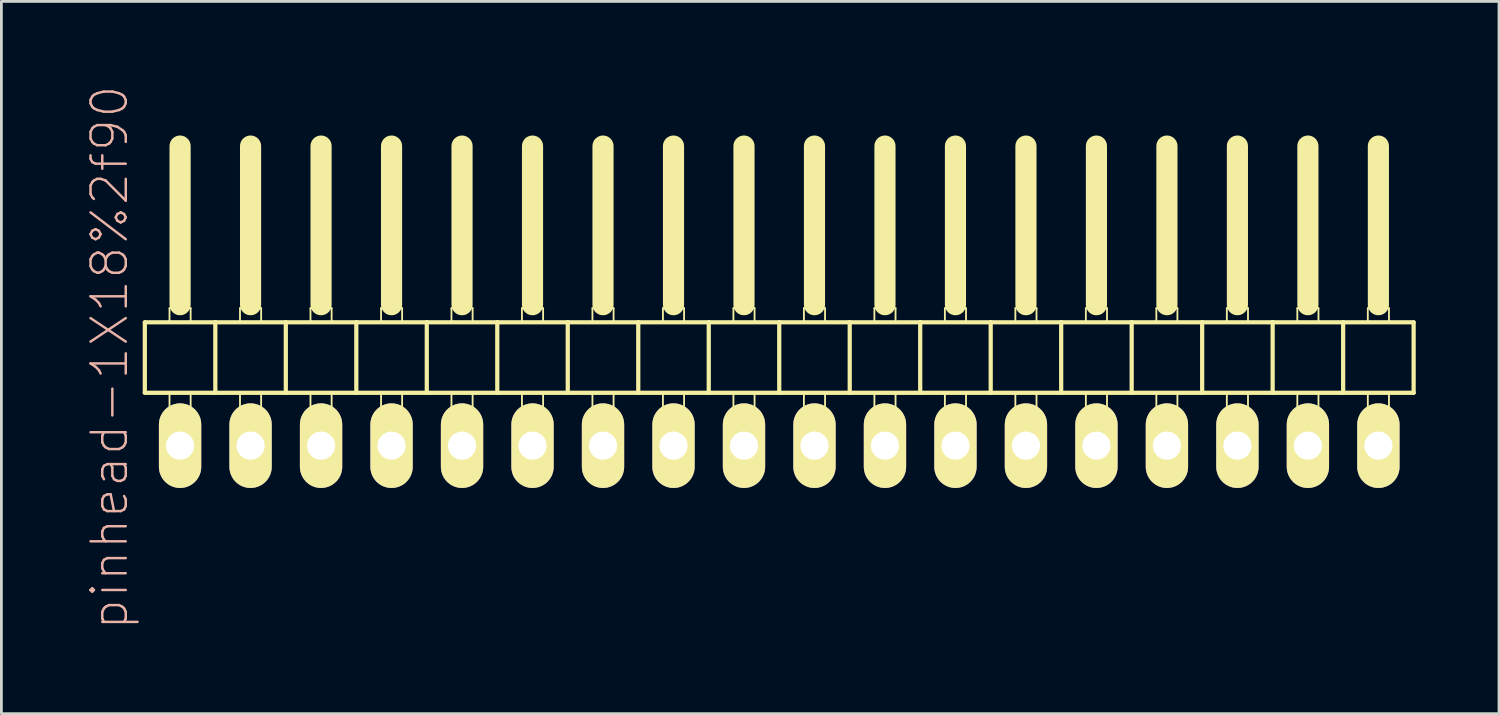
<source format=kicad_pcb>
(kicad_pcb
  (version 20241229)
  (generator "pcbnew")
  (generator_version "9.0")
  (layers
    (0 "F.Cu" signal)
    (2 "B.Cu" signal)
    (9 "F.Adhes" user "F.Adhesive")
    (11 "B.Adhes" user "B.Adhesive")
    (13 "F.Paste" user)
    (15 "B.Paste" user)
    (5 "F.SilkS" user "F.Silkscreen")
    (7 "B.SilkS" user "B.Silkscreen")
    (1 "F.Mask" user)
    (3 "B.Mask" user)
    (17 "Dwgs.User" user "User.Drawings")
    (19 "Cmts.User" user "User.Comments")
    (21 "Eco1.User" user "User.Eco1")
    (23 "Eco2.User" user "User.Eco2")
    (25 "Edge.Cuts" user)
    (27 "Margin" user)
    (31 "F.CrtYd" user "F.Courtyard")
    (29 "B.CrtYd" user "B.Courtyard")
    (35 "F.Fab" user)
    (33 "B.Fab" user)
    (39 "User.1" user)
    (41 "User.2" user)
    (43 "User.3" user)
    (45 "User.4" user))
  (footprint "pinhead-1X18%2f90"
    (layer "F.Cu")
    (at 25.029 9.199)
    (property "Reference" "pinhead-1X18%2f90" (at -24.13 0.635 90) (layer "B.SilkS") (effects (font (size 1.27 1.27) (thickness 0.089))))
    (attr exclude_from_pos_files exclude_from_bom)
    (fp_line (start -22.86 -0.635) (end -22.86 1.905) (stroke (width 0.152) (type solid)) (layer "F.SilkS"))
    (fp_line (start -22.86 1.905) (end -20.32 1.905) (stroke (width 0.152) (type solid)) (layer "F.SilkS"))
    (fp_line (start -21.971 -1.143) (end -21.209 -1.143) (stroke (width 0.066) (type solid)) (layer "F.SilkS"))
    (fp_line (start -21.971 -0.635) (end -21.971 -1.143) (stroke (width 0.066) (type solid)) (layer "F.SilkS"))
    (fp_line (start -21.971 -0.635) (end -21.209 -0.635) (stroke (width 0.066) (type solid)) (layer "F.SilkS"))
    (fp_line (start -21.971 1.905) (end -21.209 1.905) (stroke (width 0.066) (type solid)) (layer "F.SilkS"))
    (fp_line (start -21.971 2.921) (end -21.971 1.905) (stroke (width 0.066) (type solid)) (layer "F.SilkS"))
    (fp_line (start -21.971 2.921) (end -21.209 2.921) (stroke (width 0.066) (type solid)) (layer "F.SilkS"))
    (fp_line (start -21.59 -6.985) (end -21.59 -1.27) (stroke (width 0.762) (type solid)) (layer "F.SilkS"))
    (fp_line (start -21.209 -0.635) (end -21.209 -1.143) (stroke (width 0.066) (type solid)) (layer "F.SilkS"))
    (fp_line (start -21.209 2.921) (end -21.209 1.905) (stroke (width 0.066) (type solid)) (layer "F.SilkS"))
    (fp_line (start -20.32 -0.635) (end -22.86 -0.635) (stroke (width 0.152) (type solid)) (layer "F.SilkS"))
    (fp_line (start -20.32 1.905) (end -20.32 -0.635) (stroke (width 0.152) (type solid)) (layer "F.SilkS"))
    (fp_line (start -20.32 1.905) (end -17.78 1.905) (stroke (width 0.152) (type solid)) (layer "F.SilkS"))
    (fp_line (start -19.431 -1.143) (end -18.669 -1.143) (stroke (width 0.066) (type solid)) (layer "F.SilkS"))
    (fp_line (start -19.431 -0.635) (end -19.431 -1.143) (stroke (width 0.066) (type solid)) (layer "F.SilkS"))
    (fp_line (start -19.431 -0.635) (end -18.669 -0.635) (stroke (width 0.066) (type solid)) (layer "F.SilkS"))
    (fp_line (start -19.431 1.905) (end -18.669 1.905) (stroke (width 0.066) (type solid)) (layer "F.SilkS"))
    (fp_line (start -19.431 2.921) (end -19.431 1.905) (stroke (width 0.066) (type solid)) (layer "F.SilkS"))
    (fp_line (start -19.431 2.921) (end -18.669 2.921) (stroke (width 0.066) (type solid)) (layer "F.SilkS"))
    (fp_line (start -19.05 -6.985) (end -19.05 -1.27) (stroke (width 0.762) (type solid)) (layer "F.SilkS"))
    (fp_line (start -18.669 -0.635) (end -18.669 -1.143) (stroke (width 0.066) (type solid)) (layer "F.SilkS"))
    (fp_line (start -18.669 2.921) (end -18.669 1.905) (stroke (width 0.066) (type solid)) (layer "F.SilkS"))
    (fp_line (start -17.78 -0.635) (end -20.32 -0.635) (stroke (width 0.152) (type solid)) (layer "F.SilkS"))
    (fp_line (start -17.78 1.905) (end -17.78 -0.635) (stroke (width 0.152) (type solid)) (layer "F.SilkS"))
    (fp_line (start -17.78 1.905) (end -15.24 1.905) (stroke (width 0.152) (type solid)) (layer "F.SilkS"))
    (fp_line (start -16.891 -1.143) (end -16.129 -1.143) (stroke (width 0.066) (type solid)) (layer "F.SilkS"))
    (fp_line (start -16.891 -0.635) (end -16.891 -1.143) (stroke (width 0.066) (type solid)) (layer "F.SilkS"))
    (fp_line (start -16.891 -0.635) (end -16.129 -0.635) (stroke (width 0.066) (type solid)) (layer "F.SilkS"))
    (fp_line (start -16.891 1.905) (end -16.129 1.905) (stroke (width 0.066) (type solid)) (layer "F.SilkS"))
    (fp_line (start -16.891 2.921) (end -16.891 1.905) (stroke (width 0.066) (type solid)) (layer "F.SilkS"))
    (fp_line (start -16.891 2.921) (end -16.129 2.921) (stroke (width 0.066) (type solid)) (layer "F.SilkS"))
    (fp_line (start -16.51 -6.985) (end -16.51 -1.27) (stroke (width 0.762) (type solid)) (layer "F.SilkS"))
    (fp_line (start -16.129 -0.635) (end -16.129 -1.143) (stroke (width 0.066) (type solid)) (layer "F.SilkS"))
    (fp_line (start -16.129 2.921) (end -16.129 1.905) (stroke (width 0.066) (type solid)) (layer "F.SilkS"))
    (fp_line (start -15.24 -0.635) (end -17.78 -0.635) (stroke (width 0.152) (type solid)) (layer "F.SilkS"))
    (fp_line (start -15.24 1.905) (end -15.24 -0.635) (stroke (width 0.152) (type solid)) (layer "F.SilkS"))
    (fp_line (start -15.24 1.905) (end -12.7 1.905) (stroke (width 0.152) (type solid)) (layer "F.SilkS"))
    (fp_line (start -14.348 -1.143) (end -13.589 -1.143) (stroke (width 0.066) (type solid)) (layer "F.SilkS"))
    (fp_line (start -14.348 -0.635) (end -14.348 -1.143) (stroke (width 0.066) (type solid)) (layer "F.SilkS"))
    (fp_line (start -14.348 -0.635) (end -13.589 -0.635) (stroke (width 0.066) (type solid)) (layer "F.SilkS"))
    (fp_line (start -14.348 1.905) (end -13.589 1.905) (stroke (width 0.066) (type solid)) (layer "F.SilkS"))
    (fp_line (start -14.348 2.921) (end -14.348 1.905) (stroke (width 0.066) (type solid)) (layer "F.SilkS"))
    (fp_line (start -14.348 2.921) (end -13.589 2.921) (stroke (width 0.066) (type solid)) (layer "F.SilkS"))
    (fp_line (start -13.97 -6.985) (end -13.97 -1.27) (stroke (width 0.762) (type solid)) (layer "F.SilkS"))
    (fp_line (start -13.589 -0.635) (end -13.589 -1.143) (stroke (width 0.066) (type solid)) (layer "F.SilkS"))
    (fp_line (start -13.589 2.921) (end -13.589 1.905) (stroke (width 0.066) (type solid)) (layer "F.SilkS"))
    (fp_line (start -12.7 -0.635) (end -15.24 -0.635) (stroke (width 0.152) (type solid)) (layer "F.SilkS"))
    (fp_line (start -12.7 1.905) (end -12.7 -0.635) (stroke (width 0.152) (type solid)) (layer "F.SilkS"))
    (fp_line (start -12.7 1.905) (end -10.16 1.905) (stroke (width 0.152) (type solid)) (layer "F.SilkS"))
    (fp_line (start -11.811 -1.143) (end -11.049 -1.143) (stroke (width 0.066) (type solid)) (layer "F.SilkS"))
    (fp_line (start -11.811 -0.635) (end -11.811 -1.143) (stroke (width 0.066) (type solid)) (layer "F.SilkS"))
    (fp_line (start -11.811 -0.635) (end -11.049 -0.635) (stroke (width 0.066) (type solid)) (layer "F.SilkS"))
    (fp_line (start -11.811 1.905) (end -11.049 1.905) (stroke (width 0.066) (type solid)) (layer "F.SilkS"))
    (fp_line (start -11.811 2.921) (end -11.811 1.905) (stroke (width 0.066) (type solid)) (layer "F.SilkS"))
    (fp_line (start -11.811 2.921) (end -11.049 2.921) (stroke (width 0.066) (type solid)) (layer "F.SilkS"))
    (fp_line (start -11.43 -6.985) (end -11.43 -1.27) (stroke (width 0.762) (type solid)) (layer "F.SilkS"))
    (fp_line (start -11.049 -0.635) (end -11.049 -1.143) (stroke (width 0.066) (type solid)) (layer "F.SilkS"))
    (fp_line (start -11.049 2.921) (end -11.049 1.905) (stroke (width 0.066) (type solid)) (layer "F.SilkS"))
    (fp_line (start -10.16 -0.635) (end -12.7 -0.635) (stroke (width 0.152) (type solid)) (layer "F.SilkS"))
    (fp_line (start -10.16 1.905) (end -10.16 -0.635) (stroke (width 0.152) (type solid)) (layer "F.SilkS"))
    (fp_line (start -10.16 1.905) (end -7.62 1.905) (stroke (width 0.152) (type solid)) (layer "F.SilkS"))
    (fp_line (start -9.271 -1.143) (end -8.509 -1.143) (stroke (width 0.066) (type solid)) (layer "F.SilkS"))
    (fp_line (start -9.271 -0.635) (end -9.271 -1.143) (stroke (width 0.066) (type solid)) (layer "F.SilkS"))
    (fp_line (start -9.271 -0.635) (end -8.509 -0.635) (stroke (width 0.066) (type solid)) (layer "F.SilkS"))
    (fp_line (start -9.271 1.905) (end -8.509 1.905) (stroke (width 0.066) (type solid)) (layer "F.SilkS"))
    (fp_line (start -9.271 2.921) (end -9.271 1.905) (stroke (width 0.066) (type solid)) (layer "F.SilkS"))
    (fp_line (start -9.271 2.921) (end -8.509 2.921) (stroke (width 0.066) (type solid)) (layer "F.SilkS"))
    (fp_line (start -8.89 -6.985) (end -8.89 -1.27) (stroke (width 0.762) (type solid)) (layer "F.SilkS"))
    (fp_line (start -8.509 -0.635) (end -8.509 -1.143) (stroke (width 0.066) (type solid)) (layer "F.SilkS"))
    (fp_line (start -8.509 2.921) (end -8.509 1.905) (stroke (width 0.066) (type solid)) (layer "F.SilkS"))
    (fp_line (start -7.62 -0.635) (end -10.16 -0.635) (stroke (width 0.152) (type solid)) (layer "F.SilkS"))
    (fp_line (start -7.62 1.905) (end -7.62 -0.635) (stroke (width 0.152) (type solid)) (layer "F.SilkS"))
    (fp_line (start -7.62 1.905) (end -5.08 1.905) (stroke (width 0.152) (type solid)) (layer "F.SilkS"))
    (fp_line (start -6.731 -1.143) (end -5.969 -1.143) (stroke (width 0.066) (type solid)) (layer "F.SilkS"))
    (fp_line (start -6.731 -0.635) (end -6.731 -1.143) (stroke (width 0.066) (type solid)) (layer "F.SilkS"))
    (fp_line (start -6.731 -0.635) (end -5.969 -0.635) (stroke (width 0.066) (type solid)) (layer "F.SilkS"))
    (fp_line (start -6.731 1.905) (end -5.969 1.905) (stroke (width 0.066) (type solid)) (layer "F.SilkS"))
    (fp_line (start -6.731 2.921) (end -6.731 1.905) (stroke (width 0.066) (type solid)) (layer "F.SilkS"))
    (fp_line (start -6.731 2.921) (end -5.969 2.921) (stroke (width 0.066) (type solid)) (layer "F.SilkS"))
    (fp_line (start -6.35 -6.985) (end -6.35 -1.27) (stroke (width 0.762) (type solid)) (layer "F.SilkS"))
    (fp_line (start -5.969 -0.635) (end -5.969 -1.143) (stroke (width 0.066) (type solid)) (layer "F.SilkS"))
    (fp_line (start -5.969 2.921) (end -5.969 1.905) (stroke (width 0.066) (type solid)) (layer "F.SilkS"))
    (fp_line (start -5.08 -0.635) (end -7.62 -0.635) (stroke (width 0.152) (type solid)) (layer "F.SilkS"))
    (fp_line (start -5.08 1.905) (end -5.08 -0.635) (stroke (width 0.152) (type solid)) (layer "F.SilkS"))
    (fp_line (start -5.08 1.905) (end -2.54 1.905) (stroke (width 0.152) (type solid)) (layer "F.SilkS"))
    (fp_line (start -4.191 -1.143) (end -3.429 -1.143) (stroke (width 0.066) (type solid)) (layer "F.SilkS"))
    (fp_line (start -4.191 -0.635) (end -4.191 -1.143) (stroke (width 0.066) (type solid)) (layer "F.SilkS"))
    (fp_line (start -4.191 -0.635) (end -3.429 -0.635) (stroke (width 0.066) (type solid)) (layer "F.SilkS"))
    (fp_line (start -4.191 1.905) (end -3.429 1.905) (stroke (width 0.066) (type solid)) (layer "F.SilkS"))
    (fp_line (start -4.191 2.921) (end -4.191 1.905) (stroke (width 0.066) (type solid)) (layer "F.SilkS"))
    (fp_line (start -4.191 2.921) (end -3.429 2.921) (stroke (width 0.066) (type solid)) (layer "F.SilkS"))
    (fp_line (start -3.81 -6.985) (end -3.81 -1.27) (stroke (width 0.762) (type solid)) (layer "F.SilkS"))
    (fp_line (start -3.429 -0.635) (end -3.429 -1.143) (stroke (width 0.066) (type solid)) (layer "F.SilkS"))
    (fp_line (start -3.429 2.921) (end -3.429 1.905) (stroke (width 0.066) (type solid)) (layer "F.SilkS"))
    (fp_line (start -2.54 -0.635) (end -5.08 -0.635) (stroke (width 0.152) (type solid)) (layer "F.SilkS"))
    (fp_line (start -2.54 1.905) (end -2.54 -0.635) (stroke (width 0.152) (type solid)) (layer "F.SilkS"))
    (fp_line (start -2.54 1.905) (end 0 1.905) (stroke (width 0.152) (type solid)) (layer "F.SilkS"))
    (fp_line (start -1.651 -1.143) (end -0.889 -1.143) (stroke (width 0.066) (type solid)) (layer "F.SilkS"))
    (fp_line (start -1.651 -0.635) (end -1.651 -1.143) (stroke (width 0.066) (type solid)) (layer "F.SilkS"))
    (fp_line (start -1.651 -0.635) (end -0.889 -0.635) (stroke (width 0.066) (type solid)) (layer "F.SilkS"))
    (fp_line (start -1.651 1.905) (end -0.889 1.905) (stroke (width 0.066) (type solid)) (layer "F.SilkS"))
    (fp_line (start -1.651 2.921) (end -1.651 1.905) (stroke (width 0.066) (type solid)) (layer "F.SilkS"))
    (fp_line (start -1.651 2.921) (end -0.889 2.921) (stroke (width 0.066) (type solid)) (layer "F.SilkS"))
    (fp_line (start -1.27 -6.985) (end -1.27 -1.27) (stroke (width 0.762) (type solid)) (layer "F.SilkS"))
    (fp_line (start -0.889 -0.635) (end -0.889 -1.143) (stroke (width 0.066) (type solid)) (layer "F.SilkS"))
    (fp_line (start -0.889 2.921) (end -0.889 1.905) (stroke (width 0.066) (type solid)) (layer "F.SilkS"))
    (fp_line (start 0 -0.635) (end -2.54 -0.635) (stroke (width 0.152) (type solid)) (layer "F.SilkS"))
    (fp_line (start 0 1.905) (end 0 -0.635) (stroke (width 0.152) (type solid)) (layer "F.SilkS"))
    (fp_line (start 0 1.905) (end 2.54 1.905) (stroke (width 0.152) (type solid)) (layer "F.SilkS"))
    (fp_line (start 0.889 -1.143) (end 1.651 -1.143) (stroke (width 0.066) (type solid)) (layer "F.SilkS"))
    (fp_line (start 0.889 -0.635) (end 0.889 -1.143) (stroke (width 0.066) (type solid)) (layer "F.SilkS"))
    (fp_line (start 0.889 -0.635) (end 1.651 -0.635) (stroke (width 0.066) (type solid)) (layer "F.SilkS"))
    (fp_line (start 0.889 1.905) (end 1.651 1.905) (stroke (width 0.066) (type solid)) (layer "F.SilkS"))
    (fp_line (start 0.889 2.921) (end 0.889 1.905) (stroke (width 0.066) (type solid)) (layer "F.SilkS"))
    (fp_line (start 0.889 2.921) (end 1.651 2.921) (stroke (width 0.066) (type solid)) (layer "F.SilkS"))
    (fp_line (start 1.27 -6.985) (end 1.27 -1.27) (stroke (width 0.762) (type solid)) (layer "F.SilkS"))
    (fp_line (start 1.651 -0.635) (end 1.651 -1.143) (stroke (width 0.066) (type solid)) (layer "F.SilkS"))
    (fp_line (start 1.651 2.921) (end 1.651 1.905) (stroke (width 0.066) (type solid)) (layer "F.SilkS"))
    (fp_line (start 2.54 -0.635) (end 0 -0.635) (stroke (width 0.152) (type solid)) (layer "F.SilkS"))
    (fp_line (start 2.54 1.905) (end 2.54 -0.635) (stroke (width 0.152) (type solid)) (layer "F.SilkS"))
    (fp_line (start 2.54 1.905) (end 5.08 1.905) (stroke (width 0.152) (type solid)) (layer "F.SilkS"))
    (fp_line (start 3.429 -1.143) (end 4.191 -1.143) (stroke (width 0.066) (type solid)) (layer "F.SilkS"))
    (fp_line (start 3.429 -0.635) (end 3.429 -1.143) (stroke (width 0.066) (type solid)) (layer "F.SilkS"))
    (fp_line (start 3.429 -0.635) (end 4.191 -0.635) (stroke (width 0.066) (type solid)) (layer "F.SilkS"))
    (fp_line (start 3.429 1.905) (end 4.191 1.905) (stroke (width 0.066) (type solid)) (layer "F.SilkS"))
    (fp_line (start 3.429 2.921) (end 3.429 1.905) (stroke (width 0.066) (type solid)) (layer "F.SilkS"))
    (fp_line (start 3.429 2.921) (end 4.191 2.921) (stroke (width 0.066) (type solid)) (layer "F.SilkS"))
    (fp_line (start 3.81 -6.985) (end 3.81 -1.27) (stroke (width 0.762) (type solid)) (layer "F.SilkS"))
    (fp_line (start 4.191 -0.635) (end 4.191 -1.143) (stroke (width 0.066) (type solid)) (layer "F.SilkS"))
    (fp_line (start 4.191 2.921) (end 4.191 1.905) (stroke (width 0.066) (type solid)) (layer "F.SilkS"))
    (fp_line (start 5.08 -0.635) (end 2.54 -0.635) (stroke (width 0.152) (type solid)) (layer "F.SilkS"))
    (fp_line (start 5.08 1.905) (end 5.08 -0.635) (stroke (width 0.152) (type solid)) (layer "F.SilkS"))
    (fp_line (start 5.08 1.905) (end 7.62 1.905) (stroke (width 0.152) (type solid)) (layer "F.SilkS"))
    (fp_line (start 5.969 -1.143) (end 6.731 -1.143) (stroke (width 0.066) (type solid)) (layer "F.SilkS"))
    (fp_line (start 5.969 -0.635) (end 5.969 -1.143) (stroke (width 0.066) (type solid)) (layer "F.SilkS"))
    (fp_line (start 5.969 -0.635) (end 6.731 -0.635) (stroke (width 0.066) (type solid)) (layer "F.SilkS"))
    (fp_line (start 5.969 1.905) (end 6.731 1.905) (stroke (width 0.066) (type solid)) (layer "F.SilkS"))
    (fp_line (start 5.969 2.921) (end 5.969 1.905) (stroke (width 0.066) (type solid)) (layer "F.SilkS"))
    (fp_line (start 5.969 2.921) (end 6.731 2.921) (stroke (width 0.066) (type solid)) (layer "F.SilkS"))
    (fp_line (start 6.35 -6.985) (end 6.35 -1.27) (stroke (width 0.762) (type solid)) (layer "F.SilkS"))
    (fp_line (start 6.731 -0.635) (end 6.731 -1.143) (stroke (width 0.066) (type solid)) (layer "F.SilkS"))
    (fp_line (start 6.731 2.921) (end 6.731 1.905) (stroke (width 0.066) (type solid)) (layer "F.SilkS"))
    (fp_line (start 7.62 -0.635) (end 5.08 -0.635) (stroke (width 0.152) (type solid)) (layer "F.SilkS"))
    (fp_line (start 7.62 1.905) (end 7.62 -0.635) (stroke (width 0.152) (type solid)) (layer "F.SilkS"))
    (fp_line (start 7.62 1.905) (end 10.16 1.905) (stroke (width 0.152) (type solid)) (layer "F.SilkS"))
    (fp_line (start 8.509 -1.143) (end 9.271 -1.143) (stroke (width 0.066) (type solid)) (layer "F.SilkS"))
    (fp_line (start 8.509 -0.635) (end 8.509 -1.143) (stroke (width 0.066) (type solid)) (layer "F.SilkS"))
    (fp_line (start 8.509 -0.635) (end 9.271 -0.635) (stroke (width 0.066) (type solid)) (layer "F.SilkS"))
    (fp_line (start 8.509 1.905) (end 9.271 1.905) (stroke (width 0.066) (type solid)) (layer "F.SilkS"))
    (fp_line (start 8.509 2.921) (end 8.509 1.905) (stroke (width 0.066) (type solid)) (layer "F.SilkS"))
    (fp_line (start 8.509 2.921) (end 9.271 2.921) (stroke (width 0.066) (type solid)) (layer "F.SilkS"))
    (fp_line (start 8.89 -6.985) (end 8.89 -1.27) (stroke (width 0.762) (type solid)) (layer "F.SilkS"))
    (fp_line (start 9.271 -0.635) (end 9.271 -1.143) (stroke (width 0.066) (type solid)) (layer "F.SilkS"))
    (fp_line (start 9.271 2.921) (end 9.271 1.905) (stroke (width 0.066) (type solid)) (layer "F.SilkS"))
    (fp_line (start 10.16 -0.635) (end 7.62 -0.635) (stroke (width 0.152) (type solid)) (layer "F.SilkS"))
    (fp_line (start 10.16 1.905) (end 10.16 -0.635) (stroke (width 0.152) (type solid)) (layer "F.SilkS"))
    (fp_line (start 10.16 1.905) (end 12.7 1.905) (stroke (width 0.152) (type solid)) (layer "F.SilkS"))
    (fp_line (start 11.049 -1.143) (end 11.811 -1.143) (stroke (width 0.066) (type solid)) (layer "F.SilkS"))
    (fp_line (start 11.049 -0.635) (end 11.049 -1.143) (stroke (width 0.066) (type solid)) (layer "F.SilkS"))
    (fp_line (start 11.049 -0.635) (end 11.811 -0.635) (stroke (width 0.066) (type solid)) (layer "F.SilkS"))
    (fp_line (start 11.049 1.905) (end 11.811 1.905) (stroke (width 0.066) (type solid)) (layer "F.SilkS"))
    (fp_line (start 11.049 2.921) (end 11.049 1.905) (stroke (width 0.066) (type solid)) (layer "F.SilkS"))
    (fp_line (start 11.049 2.921) (end 11.811 2.921) (stroke (width 0.066) (type solid)) (layer "F.SilkS"))
    (fp_line (start 11.43 -6.985) (end 11.43 -1.27) (stroke (width 0.762) (type solid)) (layer "F.SilkS"))
    (fp_line (start 11.811 -0.635) (end 11.811 -1.143) (stroke (width 0.066) (type solid)) (layer "F.SilkS"))
    (fp_line (start 11.811 2.921) (end 11.811 1.905) (stroke (width 0.066) (type solid)) (layer "F.SilkS"))
    (fp_line (start 12.7 -0.635) (end 10.16 -0.635) (stroke (width 0.152) (type solid)) (layer "F.SilkS"))
    (fp_line (start 12.7 1.905) (end 12.7 -0.635) (stroke (width 0.152) (type solid)) (layer "F.SilkS"))
    (fp_line (start 12.7 1.905) (end 15.24 1.905) (stroke (width 0.152) (type solid)) (layer "F.SilkS"))
    (fp_line (start 13.589 -1.143) (end 14.348 -1.143) (stroke (width 0.066) (type solid)) (layer "F.SilkS"))
    (fp_line (start 13.589 -0.635) (end 13.589 -1.143) (stroke (width 0.066) (type solid)) (layer "F.SilkS"))
    (fp_line (start 13.589 -0.635) (end 14.348 -0.635) (stroke (width 0.066) (type solid)) (layer "F.SilkS"))
    (fp_line (start 13.589 1.905) (end 14.348 1.905) (stroke (width 0.066) (type solid)) (layer "F.SilkS"))
    (fp_line (start 13.589 2.921) (end 13.589 1.905) (stroke (width 0.066) (type solid)) (layer "F.SilkS"))
    (fp_line (start 13.589 2.921) (end 14.348 2.921) (stroke (width 0.066) (type solid)) (layer "F.SilkS"))
    (fp_line (start 13.97 -6.985) (end 13.97 -1.27) (stroke (width 0.762) (type solid)) (layer "F.SilkS"))
    (fp_line (start 14.348 -0.635) (end 14.348 -1.143) (stroke (width 0.066) (type solid)) (layer "F.SilkS"))
    (fp_line (start 14.348 2.921) (end 14.348 1.905) (stroke (width 0.066) (type solid)) (layer "F.SilkS"))
    (fp_line (start 15.24 -0.635) (end 12.7 -0.635) (stroke (width 0.152) (type solid)) (layer "F.SilkS"))
    (fp_line (start 15.24 1.905) (end 15.24 -0.635) (stroke (width 0.152) (type solid)) (layer "F.SilkS"))
    (fp_line (start 15.24 1.905) (end 17.78 1.905) (stroke (width 0.152) (type solid)) (layer "F.SilkS"))
    (fp_line (start 16.129 -1.143) (end 16.891 -1.143) (stroke (width 0.066) (type solid)) (layer "F.SilkS"))
    (fp_line (start 16.129 -0.635) (end 16.129 -1.143) (stroke (width 0.066) (type solid)) (layer "F.SilkS"))
    (fp_line (start 16.129 -0.635) (end 16.891 -0.635) (stroke (width 0.066) (type solid)) (layer "F.SilkS"))
    (fp_line (start 16.129 1.905) (end 16.891 1.905) (stroke (width 0.066) (type solid)) (layer "F.SilkS"))
    (fp_line (start 16.129 2.921) (end 16.129 1.905) (stroke (width 0.066) (type solid)) (layer "F.SilkS"))
    (fp_line (start 16.129 2.921) (end 16.891 2.921) (stroke (width 0.066) (type solid)) (layer "F.SilkS"))
    (fp_line (start 16.51 -6.985) (end 16.51 -1.27) (stroke (width 0.762) (type solid)) (layer "F.SilkS"))
    (fp_line (start 16.891 -0.635) (end 16.891 -1.143) (stroke (width 0.066) (type solid)) (layer "F.SilkS"))
    (fp_line (start 16.891 2.921) (end 16.891 1.905) (stroke (width 0.066) (type solid)) (layer "F.SilkS"))
    (fp_line (start 17.78 -0.635) (end 15.24 -0.635) (stroke (width 0.152) (type solid)) (layer "F.SilkS"))
    (fp_line (start 17.78 1.905) (end 17.78 -0.635) (stroke (width 0.152) (type solid)) (layer "F.SilkS"))
    (fp_line (start 17.78 1.905) (end 20.32 1.905) (stroke (width 0.152) (type solid)) (layer "F.SilkS"))
    (fp_line (start 18.669 -1.143) (end 19.431 -1.143) (stroke (width 0.066) (type solid)) (layer "F.SilkS"))
    (fp_line (start 18.669 -0.635) (end 18.669 -1.143) (stroke (width 0.066) (type solid)) (layer "F.SilkS"))
    (fp_line (start 18.669 -0.635) (end 19.431 -0.635) (stroke (width 0.066) (type solid)) (layer "F.SilkS"))
    (fp_line (start 18.669 1.905) (end 19.431 1.905) (stroke (width 0.066) (type solid)) (layer "F.SilkS"))
    (fp_line (start 18.669 2.921) (end 18.669 1.905) (stroke (width 0.066) (type solid)) (layer "F.SilkS"))
    (fp_line (start 18.669 2.921) (end 19.431 2.921) (stroke (width 0.066) (type solid)) (layer "F.SilkS"))
    (fp_line (start 19.05 -6.985) (end 19.05 -1.27) (stroke (width 0.762) (type solid)) (layer "F.SilkS"))
    (fp_line (start 19.431 -0.635) (end 19.431 -1.143) (stroke (width 0.066) (type solid)) (layer "F.SilkS"))
    (fp_line (start 19.431 2.921) (end 19.431 1.905) (stroke (width 0.066) (type solid)) (layer "F.SilkS"))
    (fp_line (start 20.32 -0.635) (end 17.78 -0.635) (stroke (width 0.152) (type solid)) (layer "F.SilkS"))
    (fp_line (start 20.32 1.905) (end 20.32 -0.635) (stroke (width 0.152) (type solid)) (layer "F.SilkS"))
    (fp_line (start 20.32 1.905) (end 22.86 1.905) (stroke (width 0.152) (type solid)) (layer "F.SilkS"))
    (fp_line (start 21.209 -1.143) (end 21.971 -1.143) (stroke (width 0.066) (type solid)) (layer "F.SilkS"))
    (fp_line (start 21.209 -0.635) (end 21.209 -1.143) (stroke (width 0.066) (type solid)) (layer "F.SilkS"))
    (fp_line (start 21.209 -0.635) (end 21.971 -0.635) (stroke (width 0.066) (type solid)) (layer "F.SilkS"))
    (fp_line (start 21.209 1.905) (end 21.971 1.905) (stroke (width 0.066) (type solid)) (layer "F.SilkS"))
    (fp_line (start 21.209 2.921) (end 21.209 1.905) (stroke (width 0.066) (type solid)) (layer "F.SilkS"))
    (fp_line (start 21.209 2.921) (end 21.971 2.921) (stroke (width 0.066) (type solid)) (layer "F.SilkS"))
    (fp_line (start 21.59 -6.985) (end 21.59 -1.27) (stroke (width 0.762) (type solid)) (layer "F.SilkS"))
    (fp_line (start 21.971 -0.635) (end 21.971 -1.143) (stroke (width 0.066) (type solid)) (layer "F.SilkS"))
    (fp_line (start 21.971 2.921) (end 21.971 1.905) (stroke (width 0.066) (type solid)) (layer "F.SilkS"))
    (fp_line (start 22.86 -0.635) (end 20.32 -0.635) (stroke (width 0.152) (type solid)) (layer "F.SilkS"))
    (fp_line (start 22.86 1.905) (end 22.86 -0.635) (stroke (width 0.152) (type solid)) (layer "F.SilkS"))
    (pad "1" thru_hole oval (at -21.59 3.81) (size 1.524 3.048) (drill 1.016) (layers "*.Cu" "F.Mask" "F.SilkS" "F.Paste"))
    (pad "2" thru_hole oval (at -19.05 3.81) (size 1.524 3.048) (drill 1.016) (layers "*.Cu" "F.Mask" "F.SilkS" "F.Paste"))
    (pad "3" thru_hole oval (at -16.51 3.81) (size 1.524 3.048) (drill 1.016) (layers "*.Cu" "F.Mask" "F.SilkS" "F.Paste"))
    (pad "4" thru_hole oval (at -13.97 3.81) (size 1.524 3.048) (drill 1.016) (layers "*.Cu" "F.Mask" "F.SilkS" "F.Paste"))
    (pad "5" thru_hole oval (at -11.43 3.81) (size 1.524 3.048) (drill 1.016) (layers "*.Cu" "F.Mask" "F.SilkS" "F.Paste"))
    (pad "6" thru_hole oval (at -8.89 3.81) (size 1.524 3.048) (drill 1.016) (layers "*.Cu" "F.Mask" "F.SilkS" "F.Paste"))
    (pad "7" thru_hole oval (at -6.35 3.81) (size 1.524 3.048) (drill 1.016) (layers "*.Cu" "F.Mask" "F.SilkS" "F.Paste"))
    (pad "8" thru_hole oval (at -3.81 3.81) (size 1.524 3.048) (drill 1.016) (layers "*.Cu" "F.Mask" "F.SilkS" "F.Paste"))
    (pad "9" thru_hole oval (at -1.27 3.81) (size 1.524 3.048) (drill 1.016) (layers "*.Cu" "F.Mask" "F.SilkS" "F.Paste"))
    (pad "10" thru_hole oval (at 1.27 3.81) (size 1.524 3.048) (drill 1.016) (layers "*.Cu" "F.Mask" "F.SilkS" "F.Paste"))
    (pad "11" thru_hole oval (at 3.81 3.81) (size 1.524 3.048) (drill 1.016) (layers "*.Cu" "F.Mask" "F.SilkS" "F.Paste"))
    (pad "12" thru_hole oval (at 6.35 3.81) (size 1.524 3.048) (drill 1.016) (layers "*.Cu" "F.Mask" "F.SilkS" "F.Paste"))
    (pad "13" thru_hole oval (at 8.89 3.81) (size 1.524 3.048) (drill 1.016) (layers "*.Cu" "F.Mask" "F.SilkS" "F.Paste"))
    (pad "14" thru_hole oval (at 11.43 3.81) (size 1.524 3.048) (drill 1.016) (layers "*.Cu" "F.Mask" "F.SilkS" "F.Paste"))
    (pad "15" thru_hole oval (at 13.97 3.81) (size 1.524 3.048) (drill 1.016) (layers "*.Cu" "F.Mask" "F.SilkS" "F.Paste"))
    (pad "16" thru_hole oval (at 16.51 3.81) (size 1.524 3.048) (drill 1.016) (layers "*.Cu" "F.Mask" "F.SilkS" "F.Paste"))
    (pad "17" thru_hole oval (at 19.05 3.81) (size 1.524 3.048) (drill 1.016) (layers "*.Cu" "F.Mask" "F.SilkS" "F.Paste"))
    (pad "18" thru_hole oval (at 21.59 3.81) (size 1.524 3.048) (drill 1.016) (layers "*.Cu" "F.Mask" "F.SilkS" "F.Paste")))
  (gr_rect
    (start -3 -3)
    (end 50.965 22.667)
    (stroke (width 0.1) (type default))
    (fill no)
    (layer "Edge.Cuts")))
</source>
